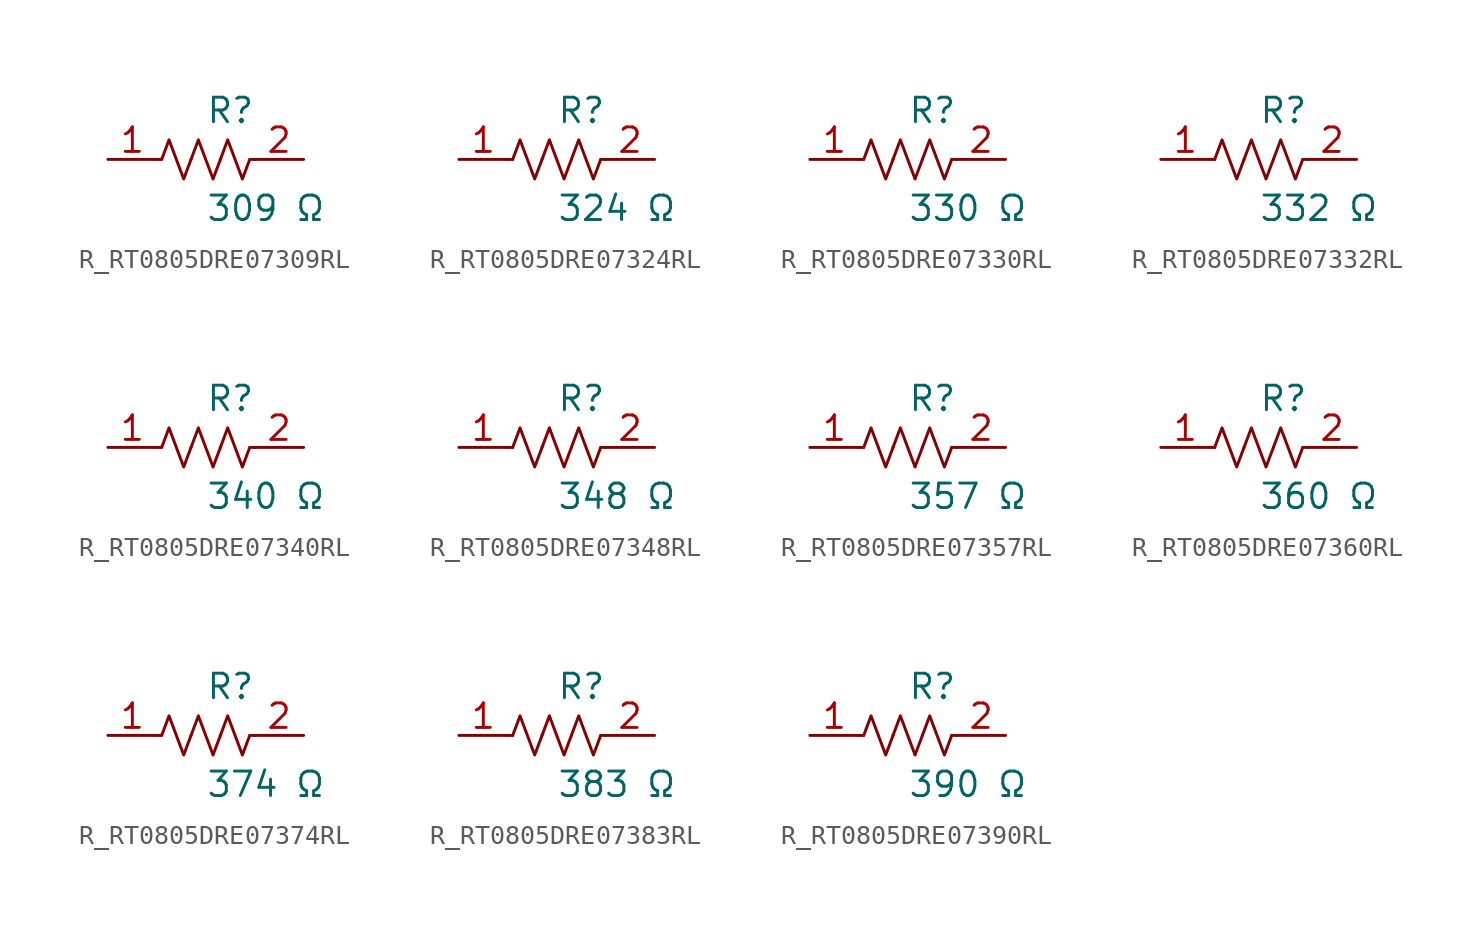
<source format=kicad_sym>
(kicad_symbol_lib
  (version 20231120)
  (generator kicad_symbol_editor)
  (generator_version 8.0)
  (symbol "R_RT0805DRE07309RL"
    (pin_names
      (offset 0.254))
    (property "Reference" "R"
      (at 0.0 2.54 0)
      (effects (font (size 1.27 1.27)) (justify left)))
    (property "Value" "309 Ω"
      (at 0.0 -2.54 0)
      (effects (font (size 1.27 1.27)) (justify left)))
    (symbol "R_RT0805DRE07309RL_0_1"
      (polyline (pts (xy 2.286 0) (xy 2.54 0)) (stroke (width 0) (type default)) (fill (type none)))
      (polyline (pts (xy -2.286 0) (xy -2.54 0)) (stroke (width 0) (type default)) (fill (type none)))
      (polyline (pts (xy 0.762 0) (xy 1.143 1.016) (xy 1.524 0) (xy 1.905 -1.016) (xy 2.286 0)) (stroke (width 0) (type default)) (fill (type none)))
      (polyline (pts (xy -0.762 0) (xy -0.381 1.016) (xy 0 0) (xy 0.381 -1.016) (xy 0.762 0)) (stroke (width 0) (type default)) (fill (type none)))
      (polyline (pts (xy -2.286 0) (xy -1.905 1.016) (xy -1.524 0) (xy -1.143 -1.016) (xy -0.762 0)) (stroke (width 0) (type default)) (fill (type none))))
    (pin unspecified line
      (at -5.08 0 0)
      (length 2.54)
      (name "" (effects (font (size 1.27 1.27))))
      (number "1" (effects (font (size 1.27 1.27)))))
    (pin unspecified line
      (at 5.08 0 180)
      (length 2.54)
      (name "" (effects (font (size 1.27 1.27))))
      (number "2" (effects (font (size 1.27 1.27))))))
  (symbol "R_RT0805DRE07324RL"
    (pin_names
      (offset 0.254))
    (property "Reference" "R"
      (at 0.0 2.54 0)
      (effects (font (size 1.27 1.27)) (justify left)))
    (property "Value" "324 Ω"
      (at 0.0 -2.54 0)
      (effects (font (size 1.27 1.27)) (justify left)))
    (symbol "R_RT0805DRE07324RL_0_1"
      (polyline (pts (xy 2.286 0) (xy 2.54 0)) (stroke (width 0) (type default)) (fill (type none)))
      (polyline (pts (xy -2.286 0) (xy -2.54 0)) (stroke (width 0) (type default)) (fill (type none)))
      (polyline (pts (xy 0.762 0) (xy 1.143 1.016) (xy 1.524 0) (xy 1.905 -1.016) (xy 2.286 0)) (stroke (width 0) (type default)) (fill (type none)))
      (polyline (pts (xy -0.762 0) (xy -0.381 1.016) (xy 0 0) (xy 0.381 -1.016) (xy 0.762 0)) (stroke (width 0) (type default)) (fill (type none)))
      (polyline (pts (xy -2.286 0) (xy -1.905 1.016) (xy -1.524 0) (xy -1.143 -1.016) (xy -0.762 0)) (stroke (width 0) (type default)) (fill (type none))))
    (pin unspecified line
      (at -5.08 0 0)
      (length 2.54)
      (name "" (effects (font (size 1.27 1.27))))
      (number "1" (effects (font (size 1.27 1.27)))))
    (pin unspecified line
      (at 5.08 0 180)
      (length 2.54)
      (name "" (effects (font (size 1.27 1.27))))
      (number "2" (effects (font (size 1.27 1.27))))))
  (symbol "R_RT0805DRE07330RL"
    (pin_names
      (offset 0.254))
    (property "Reference" "R"
      (at 0.0 2.54 0)
      (effects (font (size 1.27 1.27)) (justify left)))
    (property "Value" "330 Ω"
      (at 0.0 -2.54 0)
      (effects (font (size 1.27 1.27)) (justify left)))
    (symbol "R_RT0805DRE07330RL_0_1"
      (polyline (pts (xy 2.286 0) (xy 2.54 0)) (stroke (width 0) (type default)) (fill (type none)))
      (polyline (pts (xy -2.286 0) (xy -2.54 0)) (stroke (width 0) (type default)) (fill (type none)))
      (polyline (pts (xy 0.762 0) (xy 1.143 1.016) (xy 1.524 0) (xy 1.905 -1.016) (xy 2.286 0)) (stroke (width 0) (type default)) (fill (type none)))
      (polyline (pts (xy -0.762 0) (xy -0.381 1.016) (xy 0 0) (xy 0.381 -1.016) (xy 0.762 0)) (stroke (width 0) (type default)) (fill (type none)))
      (polyline (pts (xy -2.286 0) (xy -1.905 1.016) (xy -1.524 0) (xy -1.143 -1.016) (xy -0.762 0)) (stroke (width 0) (type default)) (fill (type none))))
    (pin unspecified line
      (at -5.08 0 0)
      (length 2.54)
      (name "" (effects (font (size 1.27 1.27))))
      (number "1" (effects (font (size 1.27 1.27)))))
    (pin unspecified line
      (at 5.08 0 180)
      (length 2.54)
      (name "" (effects (font (size 1.27 1.27))))
      (number "2" (effects (font (size 1.27 1.27))))))
  (symbol "R_RT0805DRE07332RL"
    (pin_names
      (offset 0.254))
    (property "Reference" "R"
      (at 0.0 2.54 0)
      (effects (font (size 1.27 1.27)) (justify left)))
    (property "Value" "332 Ω"
      (at 0.0 -2.54 0)
      (effects (font (size 1.27 1.27)) (justify left)))
    (symbol "R_RT0805DRE07332RL_0_1"
      (polyline (pts (xy 2.286 0) (xy 2.54 0)) (stroke (width 0) (type default)) (fill (type none)))
      (polyline (pts (xy -2.286 0) (xy -2.54 0)) (stroke (width 0) (type default)) (fill (type none)))
      (polyline (pts (xy 0.762 0) (xy 1.143 1.016) (xy 1.524 0) (xy 1.905 -1.016) (xy 2.286 0)) (stroke (width 0) (type default)) (fill (type none)))
      (polyline (pts (xy -0.762 0) (xy -0.381 1.016) (xy 0 0) (xy 0.381 -1.016) (xy 0.762 0)) (stroke (width 0) (type default)) (fill (type none)))
      (polyline (pts (xy -2.286 0) (xy -1.905 1.016) (xy -1.524 0) (xy -1.143 -1.016) (xy -0.762 0)) (stroke (width 0) (type default)) (fill (type none))))
    (pin unspecified line
      (at -5.08 0 0)
      (length 2.54)
      (name "" (effects (font (size 1.27 1.27))))
      (number "1" (effects (font (size 1.27 1.27)))))
    (pin unspecified line
      (at 5.08 0 180)
      (length 2.54)
      (name "" (effects (font (size 1.27 1.27))))
      (number "2" (effects (font (size 1.27 1.27))))))
  (symbol "R_RT0805DRE07340RL"
    (pin_names
      (offset 0.254))
    (property "Reference" "R"
      (at 0.0 2.54 0)
      (effects (font (size 1.27 1.27)) (justify left)))
    (property "Value" "340 Ω"
      (at 0.0 -2.54 0)
      (effects (font (size 1.27 1.27)) (justify left)))
    (symbol "R_RT0805DRE07340RL_0_1"
      (polyline (pts (xy 2.286 0) (xy 2.54 0)) (stroke (width 0) (type default)) (fill (type none)))
      (polyline (pts (xy -2.286 0) (xy -2.54 0)) (stroke (width 0) (type default)) (fill (type none)))
      (polyline (pts (xy 0.762 0) (xy 1.143 1.016) (xy 1.524 0) (xy 1.905 -1.016) (xy 2.286 0)) (stroke (width 0) (type default)) (fill (type none)))
      (polyline (pts (xy -0.762 0) (xy -0.381 1.016) (xy 0 0) (xy 0.381 -1.016) (xy 0.762 0)) (stroke (width 0) (type default)) (fill (type none)))
      (polyline (pts (xy -2.286 0) (xy -1.905 1.016) (xy -1.524 0) (xy -1.143 -1.016) (xy -0.762 0)) (stroke (width 0) (type default)) (fill (type none))))
    (pin unspecified line
      (at -5.08 0 0)
      (length 2.54)
      (name "" (effects (font (size 1.27 1.27))))
      (number "1" (effects (font (size 1.27 1.27)))))
    (pin unspecified line
      (at 5.08 0 180)
      (length 2.54)
      (name "" (effects (font (size 1.27 1.27))))
      (number "2" (effects (font (size 1.27 1.27))))))
  (symbol "R_RT0805DRE07348RL"
    (pin_names
      (offset 0.254))
    (property "Reference" "R"
      (at 0.0 2.54 0)
      (effects (font (size 1.27 1.27)) (justify left)))
    (property "Value" "348 Ω"
      (at 0.0 -2.54 0)
      (effects (font (size 1.27 1.27)) (justify left)))
    (symbol "R_RT0805DRE07348RL_0_1"
      (polyline (pts (xy 2.286 0) (xy 2.54 0)) (stroke (width 0) (type default)) (fill (type none)))
      (polyline (pts (xy -2.286 0) (xy -2.54 0)) (stroke (width 0) (type default)) (fill (type none)))
      (polyline (pts (xy 0.762 0) (xy 1.143 1.016) (xy 1.524 0) (xy 1.905 -1.016) (xy 2.286 0)) (stroke (width 0) (type default)) (fill (type none)))
      (polyline (pts (xy -0.762 0) (xy -0.381 1.016) (xy 0 0) (xy 0.381 -1.016) (xy 0.762 0)) (stroke (width 0) (type default)) (fill (type none)))
      (polyline (pts (xy -2.286 0) (xy -1.905 1.016) (xy -1.524 0) (xy -1.143 -1.016) (xy -0.762 0)) (stroke (width 0) (type default)) (fill (type none))))
    (pin unspecified line
      (at -5.08 0 0)
      (length 2.54)
      (name "" (effects (font (size 1.27 1.27))))
      (number "1" (effects (font (size 1.27 1.27)))))
    (pin unspecified line
      (at 5.08 0 180)
      (length 2.54)
      (name "" (effects (font (size 1.27 1.27))))
      (number "2" (effects (font (size 1.27 1.27))))))
  (symbol "R_RT0805DRE07357RL"
    (pin_names
      (offset 0.254))
    (property "Reference" "R"
      (at 0.0 2.54 0)
      (effects (font (size 1.27 1.27)) (justify left)))
    (property "Value" "357 Ω"
      (at 0.0 -2.54 0)
      (effects (font (size 1.27 1.27)) (justify left)))
    (symbol "R_RT0805DRE07357RL_0_1"
      (polyline (pts (xy 2.286 0) (xy 2.54 0)) (stroke (width 0) (type default)) (fill (type none)))
      (polyline (pts (xy -2.286 0) (xy -2.54 0)) (stroke (width 0) (type default)) (fill (type none)))
      (polyline (pts (xy 0.762 0) (xy 1.143 1.016) (xy 1.524 0) (xy 1.905 -1.016) (xy 2.286 0)) (stroke (width 0) (type default)) (fill (type none)))
      (polyline (pts (xy -0.762 0) (xy -0.381 1.016) (xy 0 0) (xy 0.381 -1.016) (xy 0.762 0)) (stroke (width 0) (type default)) (fill (type none)))
      (polyline (pts (xy -2.286 0) (xy -1.905 1.016) (xy -1.524 0) (xy -1.143 -1.016) (xy -0.762 0)) (stroke (width 0) (type default)) (fill (type none))))
    (pin unspecified line
      (at -5.08 0 0)
      (length 2.54)
      (name "" (effects (font (size 1.27 1.27))))
      (number "1" (effects (font (size 1.27 1.27)))))
    (pin unspecified line
      (at 5.08 0 180)
      (length 2.54)
      (name "" (effects (font (size 1.27 1.27))))
      (number "2" (effects (font (size 1.27 1.27))))))
  (symbol "R_RT0805DRE07360RL"
    (pin_names
      (offset 0.254))
    (property "Reference" "R"
      (at 0.0 2.54 0)
      (effects (font (size 1.27 1.27)) (justify left)))
    (property "Value" "360 Ω"
      (at 0.0 -2.54 0)
      (effects (font (size 1.27 1.27)) (justify left)))
    (symbol "R_RT0805DRE07360RL_0_1"
      (polyline (pts (xy 2.286 0) (xy 2.54 0)) (stroke (width 0) (type default)) (fill (type none)))
      (polyline (pts (xy -2.286 0) (xy -2.54 0)) (stroke (width 0) (type default)) (fill (type none)))
      (polyline (pts (xy 0.762 0) (xy 1.143 1.016) (xy 1.524 0) (xy 1.905 -1.016) (xy 2.286 0)) (stroke (width 0) (type default)) (fill (type none)))
      (polyline (pts (xy -0.762 0) (xy -0.381 1.016) (xy 0 0) (xy 0.381 -1.016) (xy 0.762 0)) (stroke (width 0) (type default)) (fill (type none)))
      (polyline (pts (xy -2.286 0) (xy -1.905 1.016) (xy -1.524 0) (xy -1.143 -1.016) (xy -0.762 0)) (stroke (width 0) (type default)) (fill (type none))))
    (pin unspecified line
      (at -5.08 0 0)
      (length 2.54)
      (name "" (effects (font (size 1.27 1.27))))
      (number "1" (effects (font (size 1.27 1.27)))))
    (pin unspecified line
      (at 5.08 0 180)
      (length 2.54)
      (name "" (effects (font (size 1.27 1.27))))
      (number "2" (effects (font (size 1.27 1.27))))))
  (symbol "R_RT0805DRE07374RL"
    (pin_names
      (offset 0.254))
    (property "Reference" "R"
      (at 0.0 2.54 0)
      (effects (font (size 1.27 1.27)) (justify left)))
    (property "Value" "374 Ω"
      (at 0.0 -2.54 0)
      (effects (font (size 1.27 1.27)) (justify left)))
    (symbol "R_RT0805DRE07374RL_0_1"
      (polyline (pts (xy 2.286 0) (xy 2.54 0)) (stroke (width 0) (type default)) (fill (type none)))
      (polyline (pts (xy -2.286 0) (xy -2.54 0)) (stroke (width 0) (type default)) (fill (type none)))
      (polyline (pts (xy 0.762 0) (xy 1.143 1.016) (xy 1.524 0) (xy 1.905 -1.016) (xy 2.286 0)) (stroke (width 0) (type default)) (fill (type none)))
      (polyline (pts (xy -0.762 0) (xy -0.381 1.016) (xy 0 0) (xy 0.381 -1.016) (xy 0.762 0)) (stroke (width 0) (type default)) (fill (type none)))
      (polyline (pts (xy -2.286 0) (xy -1.905 1.016) (xy -1.524 0) (xy -1.143 -1.016) (xy -0.762 0)) (stroke (width 0) (type default)) (fill (type none))))
    (pin unspecified line
      (at -5.08 0 0)
      (length 2.54)
      (name "" (effects (font (size 1.27 1.27))))
      (number "1" (effects (font (size 1.27 1.27)))))
    (pin unspecified line
      (at 5.08 0 180)
      (length 2.54)
      (name "" (effects (font (size 1.27 1.27))))
      (number "2" (effects (font (size 1.27 1.27))))))
  (symbol "R_RT0805DRE07383RL"
    (pin_names
      (offset 0.254))
    (property "Reference" "R"
      (at 0.0 2.54 0)
      (effects (font (size 1.27 1.27)) (justify left)))
    (property "Value" "383 Ω"
      (at 0.0 -2.54 0)
      (effects (font (size 1.27 1.27)) (justify left)))
    (symbol "R_RT0805DRE07383RL_0_1"
      (polyline (pts (xy 2.286 0) (xy 2.54 0)) (stroke (width 0) (type default)) (fill (type none)))
      (polyline (pts (xy -2.286 0) (xy -2.54 0)) (stroke (width 0) (type default)) (fill (type none)))
      (polyline (pts (xy 0.762 0) (xy 1.143 1.016) (xy 1.524 0) (xy 1.905 -1.016) (xy 2.286 0)) (stroke (width 0) (type default)) (fill (type none)))
      (polyline (pts (xy -0.762 0) (xy -0.381 1.016) (xy 0 0) (xy 0.381 -1.016) (xy 0.762 0)) (stroke (width 0) (type default)) (fill (type none)))
      (polyline (pts (xy -2.286 0) (xy -1.905 1.016) (xy -1.524 0) (xy -1.143 -1.016) (xy -0.762 0)) (stroke (width 0) (type default)) (fill (type none))))
    (pin unspecified line
      (at -5.08 0 0)
      (length 2.54)
      (name "" (effects (font (size 1.27 1.27))))
      (number "1" (effects (font (size 1.27 1.27)))))
    (pin unspecified line
      (at 5.08 0 180)
      (length 2.54)
      (name "" (effects (font (size 1.27 1.27))))
      (number "2" (effects (font (size 1.27 1.27))))))
  (symbol "R_RT0805DRE07390RL"
    (pin_names
      (offset 0.254))
    (property "Reference" "R"
      (at 0.0 2.54 0)
      (effects (font (size 1.27 1.27)) (justify left)))
    (property "Value" "390 Ω"
      (at 0.0 -2.54 0)
      (effects (font (size 1.27 1.27)) (justify left)))
    (symbol "R_RT0805DRE07390RL_0_1"
      (polyline (pts (xy 2.286 0) (xy 2.54 0)) (stroke (width 0) (type default)) (fill (type none)))
      (polyline (pts (xy -2.286 0) (xy -2.54 0)) (stroke (width 0) (type default)) (fill (type none)))
      (polyline (pts (xy 0.762 0) (xy 1.143 1.016) (xy 1.524 0) (xy 1.905 -1.016) (xy 2.286 0)) (stroke (width 0) (type default)) (fill (type none)))
      (polyline (pts (xy -0.762 0) (xy -0.381 1.016) (xy 0 0) (xy 0.381 -1.016) (xy 0.762 0)) (stroke (width 0) (type default)) (fill (type none)))
      (polyline (pts (xy -2.286 0) (xy -1.905 1.016) (xy -1.524 0) (xy -1.143 -1.016) (xy -0.762 0)) (stroke (width 0) (type default)) (fill (type none))))
    (pin unspecified line
      (at -5.08 0 0)
      (length 2.54)
      (name "" (effects (font (size 1.27 1.27))))
      (number "1" (effects (font (size 1.27 1.27)))))
    (pin unspecified line
      (at 5.08 0 180)
      (length 2.54)
      (name "" (effects (font (size 1.27 1.27))))
      (number "2" (effects (font (size 1.27 1.27)))))))
</source>
